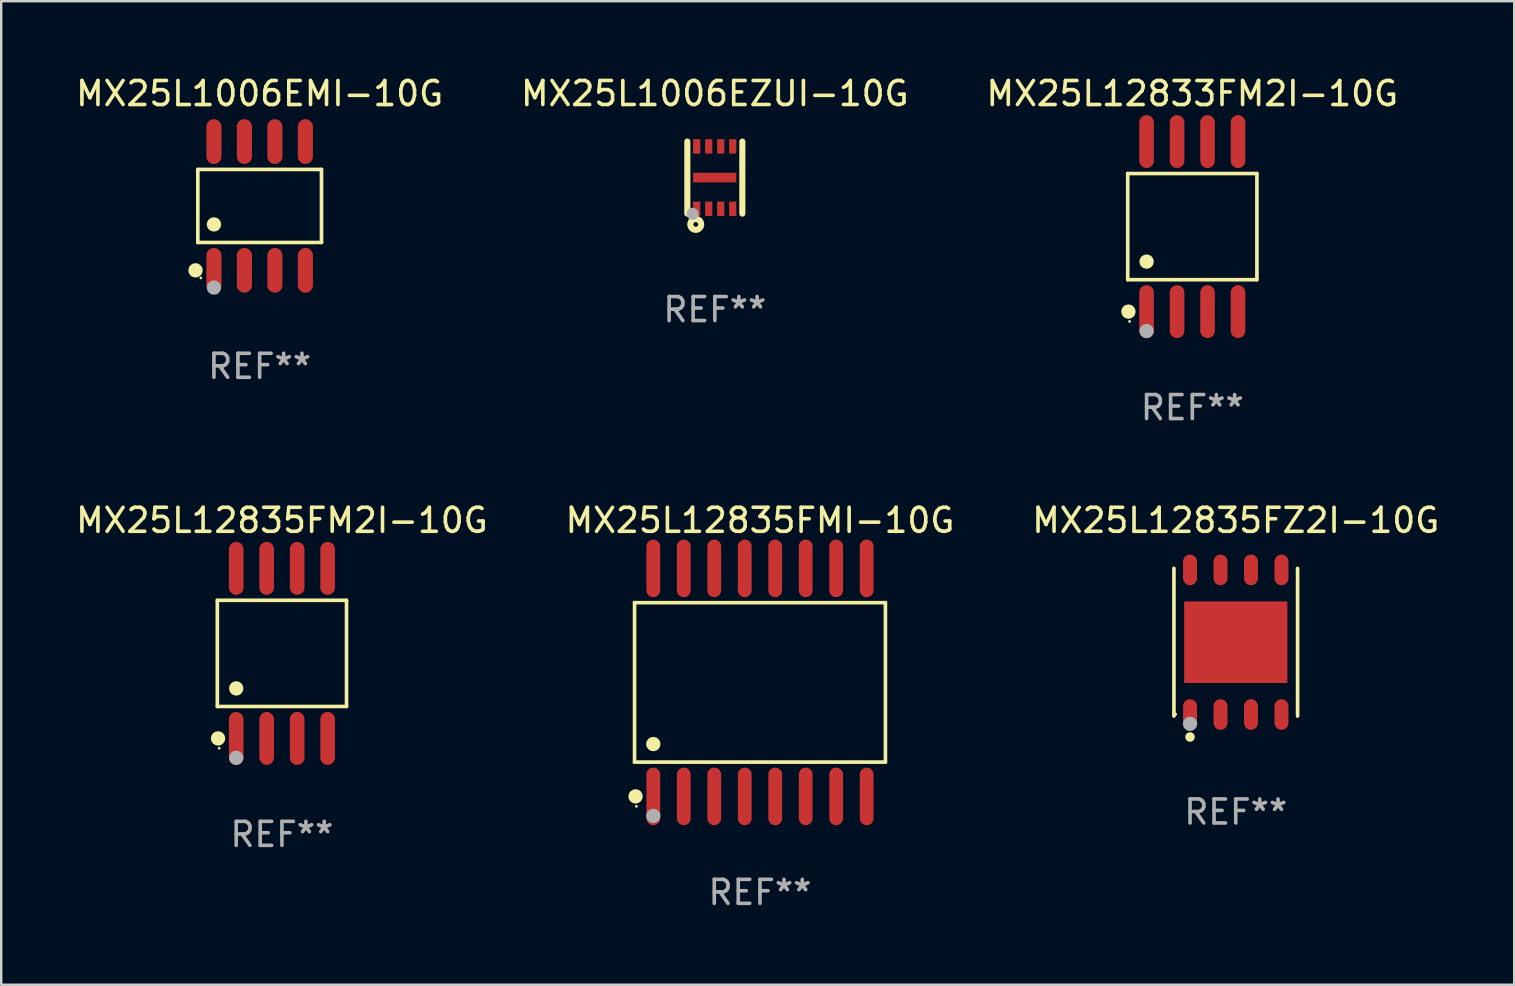
<source format=kicad_pcb>
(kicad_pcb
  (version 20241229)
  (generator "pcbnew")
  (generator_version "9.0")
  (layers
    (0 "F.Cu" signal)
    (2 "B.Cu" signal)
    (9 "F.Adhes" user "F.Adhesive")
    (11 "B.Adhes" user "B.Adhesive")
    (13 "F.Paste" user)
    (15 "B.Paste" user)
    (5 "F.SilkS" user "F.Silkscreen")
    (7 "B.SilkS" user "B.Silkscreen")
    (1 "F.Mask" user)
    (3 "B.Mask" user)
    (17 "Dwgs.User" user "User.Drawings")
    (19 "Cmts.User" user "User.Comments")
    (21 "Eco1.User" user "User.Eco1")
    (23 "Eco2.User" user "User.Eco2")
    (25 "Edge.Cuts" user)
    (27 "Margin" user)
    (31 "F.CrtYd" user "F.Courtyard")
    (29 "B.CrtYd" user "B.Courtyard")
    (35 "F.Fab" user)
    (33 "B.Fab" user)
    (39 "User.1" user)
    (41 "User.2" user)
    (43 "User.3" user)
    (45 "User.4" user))
  (footprint "MX25L12835FM2I-10G"
    (layer "F.Cu")
    (at 8.696 24.172)
    (property "Reference" "MX25L12835FM2I-10G" (at 0 -5.542 0) (layer "F.SilkS") (effects (font (size 1 1) (thickness 0.15))))
    (attr through_hole)
    (fp_line (start -2.691 -2.211) (end 2.691 -2.211) (stroke (width 0.152) (type solid)) (layer "F.SilkS"))
    (fp_line (start -2.691 2.211) (end -2.691 -2.211) (stroke (width 0.152) (type solid)) (layer "F.SilkS"))
    (fp_line (start 2.691 -2.211) (end 2.691 2.211) (stroke (width 0.152) (type solid)) (layer "F.SilkS"))
    (fp_line (start 2.691 2.211) (end -2.691 2.211) (stroke (width 0.152) (type solid)) (layer "F.SilkS"))
    (fp_circle (center -2.662 3.542) (end -2.512 3.542) (stroke (width 0.3) (type solid)) (fill no) (layer "F.SilkS"))
    (fp_circle (center -2.615 3.95) (end -2.585 3.95) (stroke (width 0.06) (type solid)) (fill no) (layer "F.SilkS"))
    (fp_circle (center -1.905 1.459) (end -1.755 1.459) (stroke (width 0.3) (type solid)) (fill no) (layer "F.SilkS"))
    (fp_circle (center -1.905 4.35) (end -1.755 4.35) (stroke (width 0.3) (type solid)) (fill no) (layer "F.Fab"))
    (fp_text user "REF**" (at 0 7.542 0) (layer "F.Fab") (effects (font (size 1 1) (thickness 0.15))))
    (pad "1" smd oval (at -1.905 3.542) (size 0.609 2.204) (layers "F.Cu" "F.Mask" "F.Paste"))
    (pad "2" smd oval (at -0.635 3.542) (size 0.609 2.204) (layers "F.Cu" "F.Mask" "F.Paste"))
    (pad "3" smd oval (at 0.635 3.542) (size 0.609 2.204) (layers "F.Cu" "F.Mask" "F.Paste"))
    (pad "4" smd oval (at 1.905 3.542) (size 0.609 2.204) (layers "F.Cu" "F.Mask" "F.Paste"))
    (pad "5" smd oval (at 1.905 -3.542) (size 0.609 2.204) (layers "F.Cu" "F.Mask" "F.Paste"))
    (pad "6" smd oval (at 0.635 -3.542) (size 0.609 2.204) (layers "F.Cu" "F.Mask" "F.Paste"))
    (pad "7" smd oval (at -0.635 -3.542) (size 0.609 2.204) (layers "F.Cu" "F.Mask" "F.Paste"))
    (pad "8" smd oval (at -1.905 -3.542) (size 0.609 2.204) (layers "F.Cu" "F.Mask" "F.Paste")))
  (footprint "MX25L12833FM2I-10G"
    (layer "F.Cu")
    (at 46.625 6.391)
    (property "Reference" "MX25L12833FM2I-10G" (at 0 -5.542 0) (layer "F.SilkS") (effects (font (size 1 1) (thickness 0.15))))
    (attr through_hole)
    (fp_line (start -2.691 -2.211) (end 2.691 -2.211) (stroke (width 0.152) (type solid)) (layer "F.SilkS"))
    (fp_line (start -2.691 2.211) (end -2.691 -2.211) (stroke (width 0.152) (type solid)) (layer "F.SilkS"))
    (fp_line (start 2.691 -2.211) (end 2.691 2.211) (stroke (width 0.152) (type solid)) (layer "F.SilkS"))
    (fp_line (start 2.691 2.211) (end -2.691 2.211) (stroke (width 0.152) (type solid)) (layer "F.SilkS"))
    (fp_circle (center -2.662 3.542) (end -2.512 3.542) (stroke (width 0.3) (type solid)) (fill no) (layer "F.SilkS"))
    (fp_circle (center -2.615 3.95) (end -2.585 3.95) (stroke (width 0.06) (type solid)) (fill no) (layer "F.SilkS"))
    (fp_circle (center -1.905 1.459) (end -1.755 1.459) (stroke (width 0.3) (type solid)) (fill no) (layer "F.SilkS"))
    (fp_circle (center -1.905 4.35) (end -1.755 4.35) (stroke (width 0.3) (type solid)) (fill no) (layer "F.Fab"))
    (fp_text user "REF**" (at 0 7.542 0) (layer "F.Fab") (effects (font (size 1 1) (thickness 0.15))))
    (pad "1" smd oval (at -1.905 3.542) (size 0.609 2.204) (layers "F.Cu" "F.Mask" "F.Paste"))
    (pad "2" smd oval (at -0.635 3.542) (size 0.609 2.204) (layers "F.Cu" "F.Mask" "F.Paste"))
    (pad "3" smd oval (at 0.635 3.542) (size 0.609 2.204) (layers "F.Cu" "F.Mask" "F.Paste"))
    (pad "4" smd oval (at 1.905 3.542) (size 0.609 2.204) (layers "F.Cu" "F.Mask" "F.Paste"))
    (pad "5" smd oval (at 1.905 -3.542) (size 0.609 2.204) (layers "F.Cu" "F.Mask" "F.Paste"))
    (pad "6" smd oval (at 0.635 -3.542) (size 0.609 2.204) (layers "F.Cu" "F.Mask" "F.Paste"))
    (pad "7" smd oval (at -0.635 -3.542) (size 0.609 2.204) (layers "F.Cu" "F.Mask" "F.Paste"))
    (pad "8" smd oval (at -1.905 -3.542) (size 0.609 2.204) (layers "F.Cu" "F.Mask" "F.Paste")))
  (footprint "MX25L1006EMI-10G"
    (layer "F.Cu")
    (at 7.768 5.531)
    (property "Reference" "MX25L1006EMI-10G" (at 0 -4.682 0) (layer "F.SilkS") (effects (font (size 1 1) (thickness 0.15))))
    (attr through_hole)
    (fp_line (start -2.576 -1.521) (end 2.576 -1.521) (stroke (width 0.152) (type solid)) (layer "F.SilkS"))
    (fp_line (start -2.576 1.521) (end -2.576 -1.521) (stroke (width 0.152) (type solid)) (layer "F.SilkS"))
    (fp_line (start 2.576 -1.521) (end 2.576 1.521) (stroke (width 0.152) (type solid)) (layer "F.SilkS"))
    (fp_line (start 2.576 1.521) (end -2.576 1.521) (stroke (width 0.152) (type solid)) (layer "F.SilkS"))
    (fp_circle (center -2.672 2.682) (end -2.522 2.682) (stroke (width 0.3) (type solid)) (fill no) (layer "F.SilkS"))
    (fp_circle (center -2.45 3) (end -2.42 3) (stroke (width 0.06) (type solid)) (fill no) (layer "F.SilkS"))
    (fp_circle (center -1.905 0.769) (end -1.755 0.769) (stroke (width 0.3) (type solid)) (fill no) (layer "F.SilkS"))
    (fp_circle (center -1.905 3.4) (end -1.755 3.4) (stroke (width 0.3) (type solid)) (fill no) (layer "F.Fab"))
    (fp_text user "REF**" (at 0 6.682 0) (layer "F.Fab") (effects (font (size 1 1) (thickness 0.15))))
    (pad "1" smd oval (at -1.905 2.682) (size 0.63 1.865) (layers "F.Cu" "F.Mask" "F.Paste"))
    (pad "2" smd oval (at -0.635 2.682) (size 0.63 1.865) (layers "F.Cu" "F.Mask" "F.Paste"))
    (pad "3" smd oval (at 0.635 2.682) (size 0.63 1.865) (layers "F.Cu" "F.Mask" "F.Paste"))
    (pad "4" smd oval (at 1.905 2.682) (size 0.63 1.865) (layers "F.Cu" "F.Mask" "F.Paste"))
    (pad "5" smd oval (at 1.905 -2.682) (size 0.63 1.865) (layers "F.Cu" "F.Mask" "F.Paste"))
    (pad "6" smd oval (at 0.635 -2.682) (size 0.63 1.865) (layers "F.Cu" "F.Mask" "F.Paste"))
    (pad "7" smd oval (at -0.635 -2.682) (size 0.63 1.865) (layers "F.Cu" "F.Mask" "F.Paste"))
    (pad "8" smd oval (at -1.905 -2.682) (size 0.63 1.865) (layers "F.Cu" "F.Mask" "F.Paste")))
  (footprint "MX25L12835FZ2I-10G"
    (layer "F.Cu")
    (at 48.435 23.706)
    (property "Reference" "MX25L12835FZ2I-10G" (at 0 -5.076 0) (layer "F.SilkS") (effects (font (size 1 1) (thickness 0.15))))
    (attr through_hole)
    (fp_line (start -2.576 3.076) (end -2.576 -3.076) (stroke (width 0.152) (type solid)) (layer "F.SilkS"))
    (fp_line (start 2.576 -3.076) (end 2.576 3.076) (stroke (width 0.152) (type solid)) (layer "F.SilkS"))
    (fp_circle (center -2.5 3) (end -2.47 3) (stroke (width 0.06) (type solid)) (fill no) (layer "F.SilkS"))
    (fp_circle (center -1.905 3.95) (end -1.805 3.95) (stroke (width 0.2) (type solid)) (fill no) (layer "F.SilkS"))
    (fp_circle (center -1.905 3.4) (end -1.755 3.4) (stroke (width 0.3) (type solid)) (fill no) (layer "F.Fab"))
    (fp_text user "REF**" (at 0 7.076 0) (layer "F.Fab") (effects (font (size 1 1) (thickness 0.15))))
    (pad "1" smd oval (at -1.905 3.013) (size 0.581 1.276) (layers "F.Cu" "F.Mask" "F.Paste"))
    (pad "2" smd oval (at -0.635 3.013) (size 0.581 1.276) (layers "F.Cu" "F.Mask" "F.Paste"))
    (pad "3" smd oval (at 0.635 3.013) (size 0.581 1.276) (layers "F.Cu" "F.Mask" "F.Paste"))
    (pad "4" smd oval (at 1.905 3.013) (size 0.581 1.276) (layers "F.Cu" "F.Mask" "F.Paste"))
    (pad "5" smd oval (at 1.905 -3.013) (size 0.581 1.276) (layers "F.Cu" "F.Mask" "F.Paste"))
    (pad "6" smd oval (at 0.635 -3.013) (size 0.581 1.276) (layers "F.Cu" "F.Mask" "F.Paste"))
    (pad "7" smd oval (at -0.635 -3.013) (size 0.581 1.276) (layers "F.Cu" "F.Mask" "F.Paste"))
    (pad "8" smd oval (at -1.905 -3.013) (size 0.581 1.276) (layers "F.Cu" "F.Mask" "F.Paste"))
    (pad "9" smd rect (at 0 0) (size 4.3 3.4) (layers "F.Cu" "F.Mask" "F.Paste")))
  (footprint "MX25L1006EZUI-10G"
    (layer "F.Cu")
    (at 26.732 4.349)
    (property "Reference" "MX25L1006EZUI-10G" (at 0 -3.501 0) (layer "F.SilkS") (effects (font (size 1 1) (thickness 0.15))))
    (attr through_hole)
    (fp_line (start -1.146 -1.501) (end -1.146 1.501) (stroke (width 0.254) (type solid)) (layer "F.SilkS"))
    (fp_line (start 1.146 -1.501) (end 1.146 1.501) (stroke (width 0.254) (type solid)) (layer "F.SilkS"))
    (fp_circle (center -1.005 1.5) (end -0.975 1.5) (stroke (width 0.06) (type solid)) (fill no) (layer "F.SilkS"))
    (fp_circle (center -0.795 1.95) (end -0.695 1.95) (stroke (width 0.254) (type solid)) (fill no) (layer "F.SilkS"))
    (fp_circle (center -0.925 1.51) (end -0.798 1.51) (stroke (width 0.254) (type solid)) (fill no) (layer "F.Fab"))
    (fp_text user "REF**" (at 0 5.501 0) (layer "F.Fab") (effects (font (size 1 1) (thickness 0.15))))
    (pad "1" smd rect (at -0.755 1.3) (size 0.3 0.6) (layers "F.Cu" "F.Mask" "F.Paste"))
    (pad "2" smd rect (at -0.255 1.3) (size 0.3 0.6) (layers "F.Cu" "F.Mask" "F.Paste"))
    (pad "3" smd rect (at 0.245 1.3) (size 0.3 0.6) (layers "F.Cu" "F.Mask" "F.Paste"))
    (pad "4" smd rect (at 0.745 1.3) (size 0.3 0.6) (layers "F.Cu" "F.Mask" "F.Paste"))
    (pad "5" smd rect (at 0.745 -1.3) (size 0.3 0.6) (layers "F.Cu" "F.Mask" "F.Paste"))
    (pad "6" smd rect (at 0.245 -1.3) (size 0.3 0.6) (layers "F.Cu" "F.Mask" "F.Paste"))
    (pad "7" smd rect (at -0.255 -1.3) (size 0.3 0.6) (layers "F.Cu" "F.Mask" "F.Paste"))
    (pad "8" smd rect (at -0.755 -1.3) (size 0.3 0.6) (layers "F.Cu" "F.Mask" "F.Paste"))
    (pad "9" smd rect (at -0.005 0 90) (size 0.4 1.8) (layers "F.Cu" "F.Mask" "F.Paste")))
  (footprint "MX25L12835FMI-10G"
    (layer "F.Cu")
    (at 28.613 25.38)
    (property "Reference" "MX25L12835FMI-10G" (at 0 -6.75 0) (layer "F.SilkS") (effects (font (size 1 1) (thickness 0.15))))
    (attr through_hole)
    (fp_line (start -5.226 -3.321) (end 5.226 -3.321) (stroke (width 0.152) (type solid)) (layer "F.SilkS"))
    (fp_line (start -5.226 3.321) (end -5.226 -3.321) (stroke (width 0.152) (type solid)) (layer "F.SilkS"))
    (fp_line (start 5.226 -3.321) (end 5.226 3.321) (stroke (width 0.152) (type solid)) (layer "F.SilkS"))
    (fp_line (start 5.226 3.321) (end -5.226 3.321) (stroke (width 0.152) (type solid)) (layer "F.SilkS"))
    (fp_circle (center -5.184 4.75) (end -5.034 4.75) (stroke (width 0.3) (type solid)) (fill no) (layer "F.SilkS"))
    (fp_circle (center -5.15 5.163) (end -5.12 5.163) (stroke (width 0.06) (type solid)) (fill no) (layer "F.SilkS"))
    (fp_circle (center -4.445 2.569) (end -4.295 2.569) (stroke (width 0.3) (type solid)) (fill no) (layer "F.SilkS"))
    (fp_circle (center -4.445 5.563) (end -4.295 5.563) (stroke (width 0.3) (type solid)) (fill no) (layer "F.Fab"))
    (fp_text user "REF**" (at 0 8.75 0) (layer "F.Fab") (effects (font (size 1 1) (thickness 0.15))))
    (pad "1" smd oval (at -4.445 4.75) (size 0.574 2.401) (layers "F.Cu" "F.Mask" "F.Paste"))
    (pad "2" smd oval (at -3.175 4.75) (size 0.574 2.401) (layers "F.Cu" "F.Mask" "F.Paste"))
    (pad "3" smd oval (at -1.905 4.75) (size 0.574 2.401) (layers "F.Cu" "F.Mask" "F.Paste"))
    (pad "4" smd oval (at -0.635 4.75) (size 0.574 2.401) (layers "F.Cu" "F.Mask" "F.Paste"))
    (pad "5" smd oval (at 0.635 4.75) (size 0.574 2.401) (layers "F.Cu" "F.Mask" "F.Paste"))
    (pad "6" smd oval (at 1.905 4.75) (size 0.574 2.401) (layers "F.Cu" "F.Mask" "F.Paste"))
    (pad "7" smd oval (at 3.175 4.75) (size 0.574 2.401) (layers "F.Cu" "F.Mask" "F.Paste"))
    (pad "8" smd oval (at 4.445 4.75) (size 0.574 2.401) (layers "F.Cu" "F.Mask" "F.Paste"))
    (pad "9" smd oval (at 4.445 -4.75) (size 0.574 2.401) (layers "F.Cu" "F.Mask" "F.Paste"))
    (pad "10" smd oval (at 3.175 -4.75) (size 0.574 2.401) (layers "F.Cu" "F.Mask" "F.Paste"))
    (pad "11" smd oval (at 1.905 -4.75) (size 0.574 2.401) (layers "F.Cu" "F.Mask" "F.Paste"))
    (pad "12" smd oval (at 0.635 -4.75) (size 0.574 2.401) (layers "F.Cu" "F.Mask" "F.Paste"))
    (pad "13" smd oval (at -0.635 -4.75) (size 0.574 2.401) (layers "F.Cu" "F.Mask" "F.Paste"))
    (pad "14" smd oval (at -1.905 -4.75) (size 0.574 2.401) (layers "F.Cu" "F.Mask" "F.Paste"))
    (pad "15" smd oval (at -3.175 -4.75) (size 0.574 2.401) (layers "F.Cu" "F.Mask" "F.Paste"))
    (pad "16" smd oval (at -4.445 -4.75) (size 0.574 2.401) (layers "F.Cu" "F.Mask" "F.Paste")))
  (gr_rect
    (start -3 -3)
    (end 60.036 37.978)
    (stroke (width 0.1) (type default))
    (fill no)
    (layer "Edge.Cuts")))
</source>
